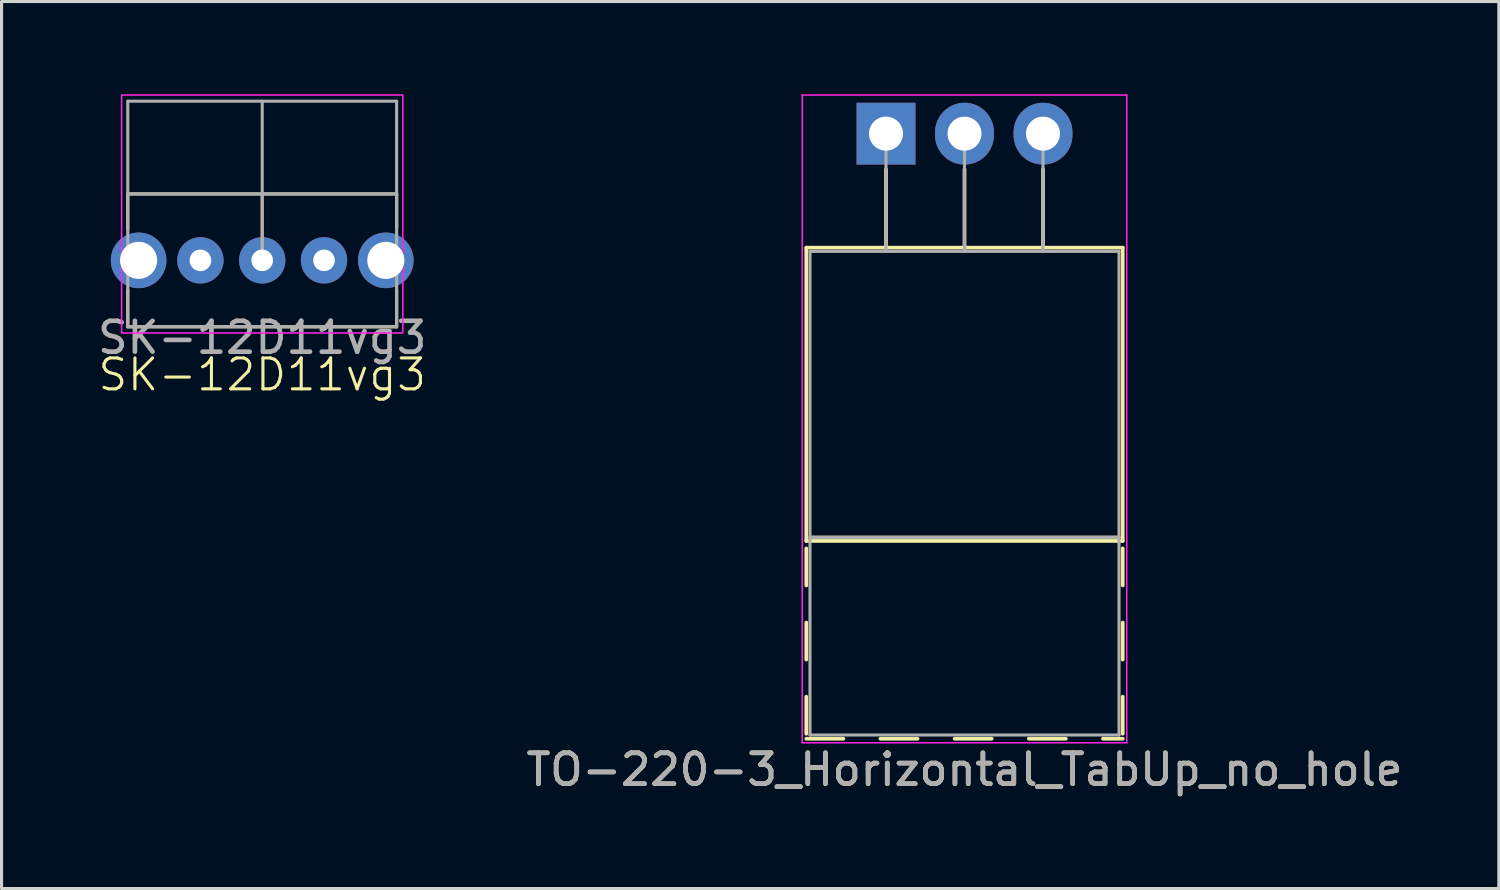
<source format=kicad_pcb>
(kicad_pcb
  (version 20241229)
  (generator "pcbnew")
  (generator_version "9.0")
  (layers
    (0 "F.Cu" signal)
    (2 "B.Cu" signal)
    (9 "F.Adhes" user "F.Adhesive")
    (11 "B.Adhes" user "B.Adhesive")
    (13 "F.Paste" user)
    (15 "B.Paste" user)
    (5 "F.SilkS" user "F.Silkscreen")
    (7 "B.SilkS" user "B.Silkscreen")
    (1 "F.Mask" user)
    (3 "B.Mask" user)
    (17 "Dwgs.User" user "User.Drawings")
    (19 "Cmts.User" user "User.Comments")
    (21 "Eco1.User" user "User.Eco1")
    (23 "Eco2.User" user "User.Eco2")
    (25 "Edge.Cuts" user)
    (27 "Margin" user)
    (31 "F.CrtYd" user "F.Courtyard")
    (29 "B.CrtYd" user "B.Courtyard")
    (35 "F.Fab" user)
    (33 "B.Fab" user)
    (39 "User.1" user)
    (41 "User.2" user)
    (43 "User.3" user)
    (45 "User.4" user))
  (footprint "SK-12D11vg3"
    (layer "F.Cu")
    (at 5.435 5.375)
    (property "Reference" "SK-12D11vg3" (at 0 3.7 0) (unlocked yes) (layer "F.SilkS") (effects (font (size 1 1) (thickness 0.1))))
    (attr through_hole)
    (fp_line (start -4.35 -2.15) (end -4.35 -1) (stroke (width 0.1) (type default)) (layer "F.SilkS"))
    (fp_line (start -4.35 0.95) (end -4.35 2.15) (stroke (width 0.1) (type default)) (layer "F.SilkS"))
    (fp_line (start -4.35 2.15) (end 4.35 2.15) (stroke (width 0.1) (type default)) (layer "F.SilkS"))
    (fp_line (start 4.35 -2.15) (end -4.35 -2.15) (stroke (width 0.1) (type default)) (layer "F.SilkS"))
    (fp_line (start 4.35 -1.05) (end 4.35 -2.15) (stroke (width 0.1) (type default)) (layer "F.SilkS"))
    (fp_line (start 4.35 2.15) (end 4.35 0.95) (stroke (width 0.1) (type default)) (layer "F.SilkS"))
    (fp_rect (start -4.55 -5.35) (end 4.55 2.35) (stroke (width 0.05) (type default)) (fill no) (layer "F.CrtYd"))
    (fp_line (start -4.35 -5.15) (end -4.35 -2.15) (stroke (width 0.1) (type default)) (layer "F.Fab"))
    (fp_line (start -4.35 -2.15) (end -4.35 2.15) (stroke (width 0.1) (type default)) (layer "F.Fab"))
    (fp_line (start -4.35 2.15) (end 4.35 2.15) (stroke (width 0.1) (type default)) (layer "F.Fab"))
    (fp_line (start 0 -5.15) (end -4.35 -5.15) (stroke (width 0.1) (type default)) (layer "F.Fab"))
    (fp_line (start 0 -5.15) (end 4.35 -5.15) (stroke (width 0.1) (type default)) (layer "F.Fab"))
    (fp_line (start 0 -2.15) (end -4.35 -2.15) (stroke (width 0.1) (type default)) (layer "F.Fab"))
    (fp_line (start 0 0) (end 0 -5.15) (stroke (width 0.1) (type default)) (layer "F.Fab"))
    (fp_line (start 0 0) (end 0 -2.15) (stroke (width 0.1) (type default)) (layer "F.Fab"))
    (fp_line (start 4.35 -5.15) (end 4.35 -2.15) (stroke (width 0.1) (type default)) (layer "F.Fab"))
    (fp_line (start 4.35 -2.15) (end 0 -2.15) (stroke (width 0.1) (type default)) (layer "F.Fab"))
    (fp_line (start 4.35 2.15) (end 4.35 -2.15) (stroke (width 0.1) (type default)) (layer "F.Fab"))
    (fp_text user "${REFERENCE}" (at 0 2.5 0) (unlocked yes) (layer "F.Fab") (effects (font (size 1 1) (thickness 0.15))))
    (pad "1" thru_hole circle (at -2 0) (size 1.5 1.5) (drill 0.7) (layers "*.Cu" "*.Mask"))
    (pad "2" thru_hole circle (at 0 0) (size 1.5 1.5) (drill 0.7) (layers "*.Cu" "*.Mask"))
    (pad "3" thru_hole circle (at 2 0) (size 1.5 1.5) (drill 0.7) (layers "*.Cu" "*.Mask"))
    (pad "SHIELD" thru_hole circle (at -4 0) (size 1.8 1.8) (drill 1.2) (layers "*.Cu" "*.Mask"))
    (pad "SHIELD0" thru_hole circle (at 4 0) (size 1.8 1.8) (drill 1.2) (layers "*.Cu" "*.Mask")))
  (footprint "TO-220-3_Horizontal_TabUp_no_hole"
    (layer "F.Cu")
    (at 25.621 1.275)
    (property "Reference" "TO-220-3_Horizontal_TabUp_no_hole" (at 2.54 20.58 180) (layer "F.SilkS") (effects (font (size 1 1) (thickness 0.15))))
    (attr through_hole)
    (fp_line (start -2.58 3.69) (end -2.58 13.18) (stroke (width 0.12) (type solid)) (layer "F.SilkS"))
    (fp_line (start -2.58 3.69) (end 7.66 3.69) (stroke (width 0.12) (type solid)) (layer "F.SilkS"))
    (fp_line (start -2.58 13.18) (end 7.66 13.18) (stroke (width 0.12) (type solid)) (layer "F.SilkS"))
    (fp_line (start -2.58 13.42) (end -2.58 14.62) (stroke (width 0.12) (type solid)) (layer "F.SilkS"))
    (fp_line (start -2.58 15.82) (end -2.58 17.02) (stroke (width 0.12) (type solid)) (layer "F.SilkS"))
    (fp_line (start -2.58 18.22) (end -2.58 19.42) (stroke (width 0.12) (type solid)) (layer "F.SilkS"))
    (fp_line (start -2.58 19.58) (end -1.38 19.58) (stroke (width 0.12) (type solid)) (layer "F.SilkS"))
    (fp_line (start -0.181 19.58) (end 1.02 19.58) (stroke (width 0.12) (type solid)) (layer "F.SilkS"))
    (fp_line (start 0 1.15) (end 0 3.69) (stroke (width 0.12) (type solid)) (layer "F.SilkS"))
    (fp_line (start 2.22 19.58) (end 3.42 19.58) (stroke (width 0.12) (type solid)) (layer "F.SilkS"))
    (fp_line (start 2.54 1.15) (end 2.54 3.69) (stroke (width 0.12) (type solid)) (layer "F.SilkS"))
    (fp_line (start 4.62 19.58) (end 5.82 19.58) (stroke (width 0.12) (type solid)) (layer "F.SilkS"))
    (fp_line (start 5.08 1.15) (end 5.08 3.69) (stroke (width 0.12) (type solid)) (layer "F.SilkS"))
    (fp_line (start 7.02 19.58) (end 7.66 19.58) (stroke (width 0.12) (type solid)) (layer "F.SilkS"))
    (fp_line (start 7.66 3.69) (end 7.66 13.18) (stroke (width 0.12) (type solid)) (layer "F.SilkS"))
    (fp_line (start 7.66 13.42) (end 7.66 14.62) (stroke (width 0.12) (type solid)) (layer "F.SilkS"))
    (fp_line (start 7.66 15.82) (end 7.66 17.02) (stroke (width 0.12) (type solid)) (layer "F.SilkS"))
    (fp_line (start 7.66 18.22) (end 7.66 19.42) (stroke (width 0.12) (type solid)) (layer "F.SilkS"))
    (fp_line (start -2.71 -1.25) (end -2.71 19.71) (stroke (width 0.05) (type solid)) (layer "F.CrtYd"))
    (fp_line (start -2.71 19.71) (end 7.79 19.71) (stroke (width 0.05) (type solid)) (layer "F.CrtYd"))
    (fp_line (start 7.79 -1.25) (end -2.71 -1.25) (stroke (width 0.05) (type solid)) (layer "F.CrtYd"))
    (fp_line (start 7.79 19.71) (end 7.79 -1.25) (stroke (width 0.05) (type solid)) (layer "F.CrtYd"))
    (fp_line (start -2.46 3.81) (end -2.46 13.06) (stroke (width 0.1) (type solid)) (layer "F.Fab"))
    (fp_line (start -2.46 13.06) (end -2.46 19.46) (stroke (width 0.1) (type solid)) (layer "F.Fab"))
    (fp_line (start -2.46 13.06) (end 7.54 13.06) (stroke (width 0.1) (type solid)) (layer "F.Fab"))
    (fp_line (start -2.46 19.46) (end 7.54 19.46) (stroke (width 0.1) (type solid)) (layer "F.Fab"))
    (fp_line (start 0 3.81) (end 0 0) (stroke (width 0.1) (type solid)) (layer "F.Fab"))
    (fp_line (start 2.54 3.81) (end 2.54 0) (stroke (width 0.1) (type solid)) (layer "F.Fab"))
    (fp_line (start 5.08 3.81) (end 5.08 0) (stroke (width 0.1) (type solid)) (layer "F.Fab"))
    (fp_line (start 7.54 3.81) (end -2.46 3.81) (stroke (width 0.1) (type solid)) (layer "F.Fab"))
    (fp_line (start 7.54 13.06) (end -2.46 13.06) (stroke (width 0.1) (type solid)) (layer "F.Fab"))
    (fp_line (start 7.54 13.06) (end 7.54 3.81) (stroke (width 0.1) (type solid)) (layer "F.Fab"))
    (fp_line (start 7.54 19.46) (end 7.54 13.06) (stroke (width 0.1) (type solid)) (layer "F.Fab"))
    (fp_text user "${REFERENCE}" (at 2.54 20.58 180) (layer "F.Fab") (effects (font (size 1 1) (thickness 0.15))))
    (pad "1" thru_hole rect (at 0 0) (size 1.905 2) (drill 1.1) (layers "*.Cu" "*.Mask"))
    (pad "2" thru_hole oval (at 2.54 0) (size 1.905 2) (drill 1.1) (layers "*.Cu" "*.Mask"))
    (pad "3" thru_hole oval (at 5.08 0) (size 1.905 2) (drill 1.1) (layers "*.Cu" "*.Mask")))
  (gr_rect
    (start -3 -3)
    (end 45.452 25.703)
    (stroke (width 0.1) (type default))
    (fill no)
    (layer "Edge.Cuts")))
</source>
